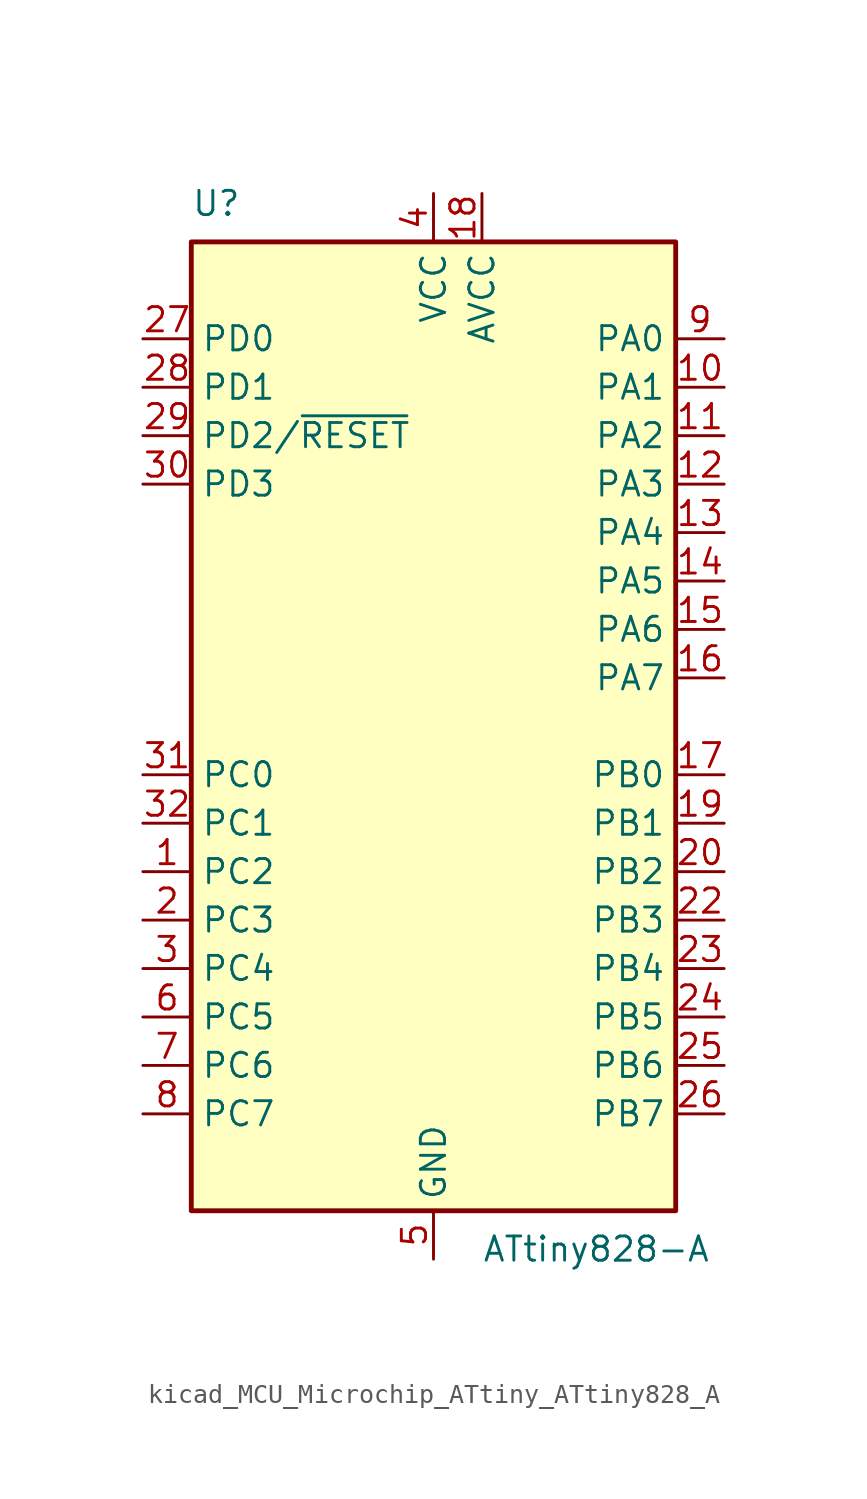
<source format=kicad_sym>
(kicad_symbol_lib
  (version 20220914)
  (generator kicad_symbol_editor)
  (symbol "kicad_MCU_Microchip_ATtiny_ATtiny828_A"
    (property "Reference" "U"
      (at -12.7 26.67 0)
      (effects (font (size 1.27 1.27)) (justify left bottom)))
    (property "Value" "ATtiny828-A"
      (at 2.54 -26.67 0)
      (effects (font (size 1.27 1.27)) (justify left top)))
    (symbol "kicad_MCU_Microchip_ATtiny_ATtiny828_A_0_1"
      (rectangle (start -12.7 -25.4) (end 12.7 25.4) (stroke (width 0.254) (type default)) (fill (type background))))
    (symbol "kicad_MCU_Microchip_ATtiny_ATtiny828_A_1_1"
      (pin bidirectional line (at -15.24 -7.62 0) (length 2.54) (name "PC2" (effects (font (size 1.27 1.27)))) (number "1" (effects (font (size 1.27 1.27)))))
      (pin bidirectional line (at 15.24 17.78 180) (length 2.54) (name "PA1" (effects (font (size 1.27 1.27)))) (number "10" (effects (font (size 1.27 1.27)))))
      (pin bidirectional line (at 15.24 15.24 180) (length 2.54) (name "PA2" (effects (font (size 1.27 1.27)))) (number "11" (effects (font (size 1.27 1.27)))))
      (pin bidirectional line (at 15.24 12.7 180) (length 2.54) (name "PA3" (effects (font (size 1.27 1.27)))) (number "12" (effects (font (size 1.27 1.27)))))
      (pin bidirectional line (at 15.24 10.16 180) (length 2.54) (name "PA4" (effects (font (size 1.27 1.27)))) (number "13" (effects (font (size 1.27 1.27)))))
      (pin bidirectional line (at 15.24 7.62 180) (length 2.54) (name "PA5" (effects (font (size 1.27 1.27)))) (number "14" (effects (font (size 1.27 1.27)))))
      (pin bidirectional line (at 15.24 5.08 180) (length 2.54) (name "PA6" (effects (font (size 1.27 1.27)))) (number "15" (effects (font (size 1.27 1.27)))))
      (pin bidirectional line (at 15.24 2.54 180) (length 2.54) (name "PA7" (effects (font (size 1.27 1.27)))) (number "16" (effects (font (size 1.27 1.27)))))
      (pin bidirectional line (at 15.24 -2.54 180) (length 2.54) (name "PB0" (effects (font (size 1.27 1.27)))) (number "17" (effects (font (size 1.27 1.27)))))
      (pin power_in line (at 2.54 27.94 270) (length 2.54) (name "AVCC" (effects (font (size 1.27 1.27)))) (number "18" (effects (font (size 1.27 1.27)))))
      (pin bidirectional line (at 15.24 -5.08 180) (length 2.54) (name "PB1" (effects (font (size 1.27 1.27)))) (number "19" (effects (font (size 1.27 1.27)))))
      (pin bidirectional line (at -15.24 -10.16 0) (length 2.54) (name "PC3" (effects (font (size 1.27 1.27)))) (number "2" (effects (font (size 1.27 1.27)))))
      (pin bidirectional line (at 15.24 -7.62 180) (length 2.54) (name "PB2" (effects (font (size 1.27 1.27)))) (number "20" (effects (font (size 1.27 1.27)))))
      (pin passive line (at 0 -27.94 90) (length 2.54) hide (name "GND" (effects (font (size 1.27 1.27)))) (number "21" (effects (font (size 1.27 1.27)))))
      (pin bidirectional line (at 15.24 -10.16 180) (length 2.54) (name "PB3" (effects (font (size 1.27 1.27)))) (number "22" (effects (font (size 1.27 1.27)))))
      (pin bidirectional line (at 15.24 -12.7 180) (length 2.54) (name "PB4" (effects (font (size 1.27 1.27)))) (number "23" (effects (font (size 1.27 1.27)))))
      (pin bidirectional line (at 15.24 -15.24 180) (length 2.54) (name "PB5" (effects (font (size 1.27 1.27)))) (number "24" (effects (font (size 1.27 1.27)))))
      (pin bidirectional line (at 15.24 -17.78 180) (length 2.54) (name "PB6" (effects (font (size 1.27 1.27)))) (number "25" (effects (font (size 1.27 1.27)))))
      (pin bidirectional line (at 15.24 -20.32 180) (length 2.54) (name "PB7" (effects (font (size 1.27 1.27)))) (number "26" (effects (font (size 1.27 1.27)))))
      (pin bidirectional line (at -15.24 20.32 0) (length 2.54) (name "PD0" (effects (font (size 1.27 1.27)))) (number "27" (effects (font (size 1.27 1.27)))))
      (pin bidirectional line (at -15.24 17.78 0) (length 2.54) (name "PD1" (effects (font (size 1.27 1.27)))) (number "28" (effects (font (size 1.27 1.27)))))
      (pin bidirectional line (at -15.24 15.24 0) (length 2.54) (name "PD2/~{RESET}" (effects (font (size 1.27 1.27)))) (number "29" (effects (font (size 1.27 1.27)))))
      (pin bidirectional line (at -15.24 -12.7 0) (length 2.54) (name "PC4" (effects (font (size 1.27 1.27)))) (number "3" (effects (font (size 1.27 1.27)))))
      (pin bidirectional line (at -15.24 12.7 0) (length 2.54) (name "PD3" (effects (font (size 1.27 1.27)))) (number "30" (effects (font (size 1.27 1.27)))))
      (pin bidirectional line (at -15.24 -2.54 0) (length 2.54) (name "PC0" (effects (font (size 1.27 1.27)))) (number "31" (effects (font (size 1.27 1.27)))))
      (pin bidirectional line (at -15.24 -5.08 0) (length 2.54) (name "PC1" (effects (font (size 1.27 1.27)))) (number "32" (effects (font (size 1.27 1.27)))))
      (pin power_in line (at 0 27.94 270) (length 2.54) (name "VCC" (effects (font (size 1.27 1.27)))) (number "4" (effects (font (size 1.27 1.27)))))
      (pin power_in line (at 0 -27.94 90) (length 2.54) (name "GND" (effects (font (size 1.27 1.27)))) (number "5" (effects (font (size 1.27 1.27)))))
      (pin bidirectional line (at -15.24 -15.24 0) (length 2.54) (name "PC5" (effects (font (size 1.27 1.27)))) (number "6" (effects (font (size 1.27 1.27)))))
      (pin bidirectional line (at -15.24 -17.78 0) (length 2.54) (name "PC6" (effects (font (size 1.27 1.27)))) (number "7" (effects (font (size 1.27 1.27)))))
      (pin bidirectional line (at -15.24 -20.32 0) (length 2.54) (name "PC7" (effects (font (size 1.27 1.27)))) (number "8" (effects (font (size 1.27 1.27)))))
      (pin bidirectional line (at 15.24 20.32 180) (length 2.54) (name "PA0" (effects (font (size 1.27 1.27)))) (number "9" (effects (font (size 1.27 1.27))))))))
</source>
